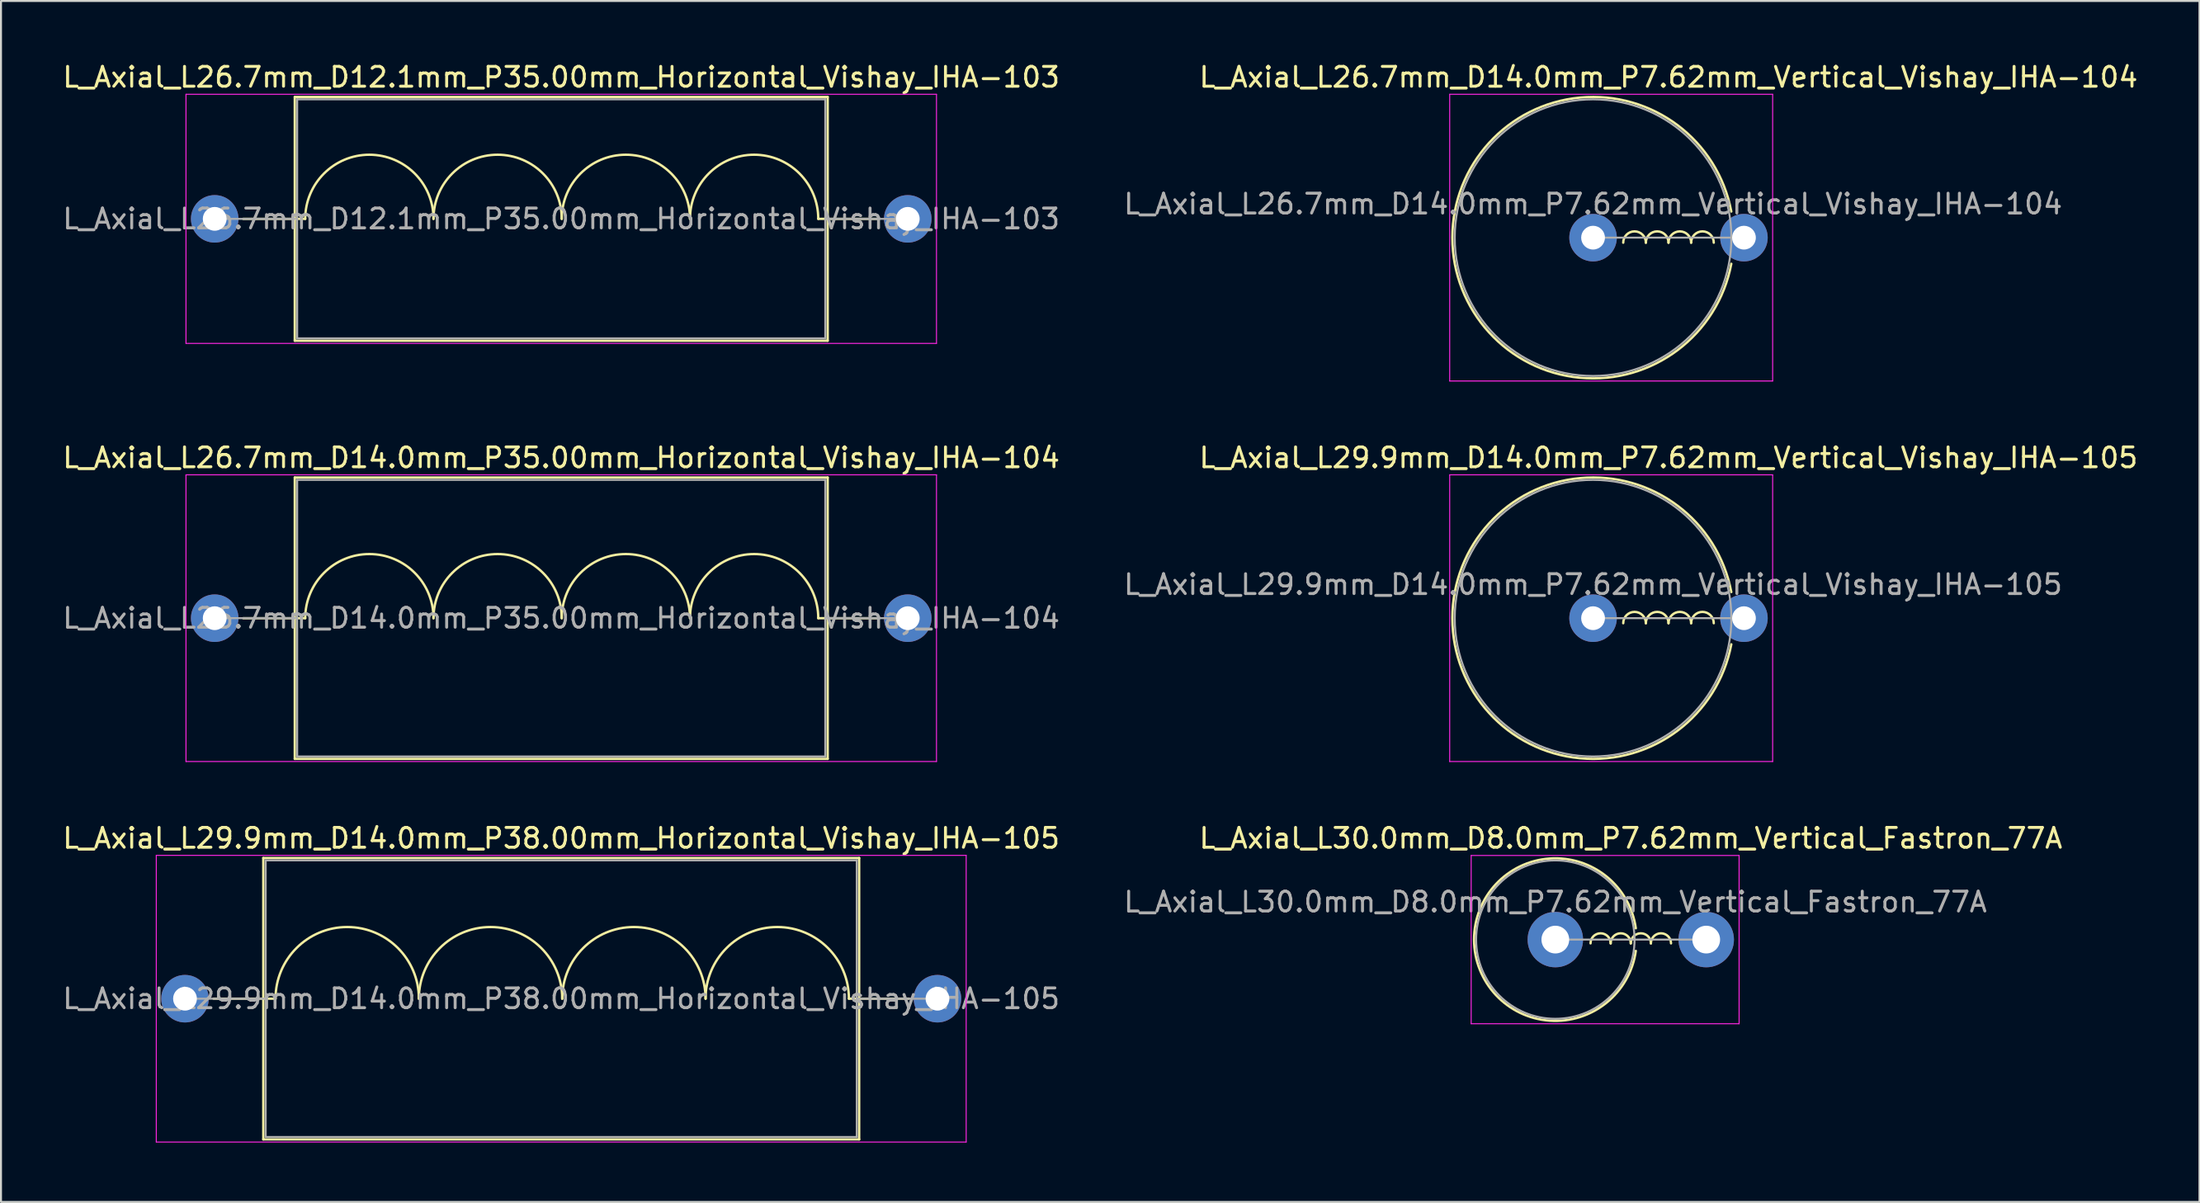
<source format=kicad_pcb>
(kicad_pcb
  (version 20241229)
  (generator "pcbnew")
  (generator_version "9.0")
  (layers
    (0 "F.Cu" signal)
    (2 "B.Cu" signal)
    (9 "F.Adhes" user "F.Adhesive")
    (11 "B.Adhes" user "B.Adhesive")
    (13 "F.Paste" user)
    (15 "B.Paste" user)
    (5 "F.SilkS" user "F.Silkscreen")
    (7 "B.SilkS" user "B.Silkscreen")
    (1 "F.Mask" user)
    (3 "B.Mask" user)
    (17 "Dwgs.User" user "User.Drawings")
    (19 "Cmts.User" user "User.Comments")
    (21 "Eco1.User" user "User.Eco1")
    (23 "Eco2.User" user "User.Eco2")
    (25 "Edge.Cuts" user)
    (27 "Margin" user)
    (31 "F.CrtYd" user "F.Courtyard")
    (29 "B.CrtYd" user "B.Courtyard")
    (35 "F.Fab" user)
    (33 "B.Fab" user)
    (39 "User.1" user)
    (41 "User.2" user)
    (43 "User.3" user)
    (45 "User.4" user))
  (footprint "L_Axial_L30.0mm_D8.0mm_P7.62mm_Vertical_Fastron_77A"
    (layer "F.Cu")
    (at 75.494 44.405)
    (property "Reference" "L_Axial_L30.0mm_D8.0mm_P7.62mm_Vertical_Fastron_77A" (at 3.81 -5.12 0) (layer "F.SilkS") (effects (font (size 1 1) (thickness 0.15))))
    (attr through_hole)
    (fp_arc (start 1.778 0.1905) (mid 2.286 -0.3175) (end 2.794 0.1905) (stroke (width 0.12) (type solid)) (layer "F.SilkS"))
    (fp_arc (start 2.794 0.1905) (mid 3.302 -0.3175) (end 3.81 0.1905) (stroke (width 0.12) (type solid)) (layer "F.SilkS"))
    (fp_arc (start 3.81 0.1905) (mid 4.318 -0.3175) (end 4.826 0.1905) (stroke (width 0.12) (type solid)) (layer "F.SilkS"))
    (fp_arc (start 4.064 0.5715) (mid -4.103987 0) (end 4.064 -0.5715) (stroke (width 0.12) (type solid)) (layer "F.SilkS"))
    (fp_arc (start 4.826 0.1905) (mid 5.334 -0.3175) (end 5.842 0.1905) (stroke (width 0.12) (type solid)) (layer "F.SilkS"))
    (fp_line (start -4.25 -4.25) (end -4.25 4.25) (stroke (width 0.05) (type solid)) (layer "F.CrtYd"))
    (fp_line (start -4.25 4.25) (end 9.28 4.25) (stroke (width 0.05) (type solid)) (layer "F.CrtYd"))
    (fp_line (start 9.28 -4.25) (end -4.25 -4.25) (stroke (width 0.05) (type solid)) (layer "F.CrtYd"))
    (fp_line (start 9.28 4.25) (end 9.28 -4.25) (stroke (width 0.05) (type solid)) (layer "F.CrtYd"))
    (fp_line (start 0 0) (end 7.62 0) (stroke (width 0.1) (type solid)) (layer "F.Fab"))
    (fp_circle (center 0 0) (end 4 0) (stroke (width 0.1) (type solid)) (fill no) (layer "F.Fab"))
    (fp_text user "${REFERENCE}" (at 0 -1.9 0) (layer "F.Fab") (effects (font (size 1 1) (thickness 0.15))))
    (pad "1" thru_hole circle (at 0 0) (size 2.8 2.8) (drill 1.4) (layers "*.Cu" "*.Mask"))
    (pad "2" thru_hole oval (at 7.62 0) (size 2.8 2.8) (drill 1.4) (layers "*.Cu" "*.Mask")))
  (footprint "L_Axial_L29.9mm_D14.0mm_P7.62mm_Vertical_Vishay_IHA-105"
    (layer "F.Cu")
    (at 77.399 28.172)
    (property "Reference" "L_Axial_L29.9mm_D14.0mm_P7.62mm_Vertical_Vishay_IHA-105" (at 3.81 -8.105 0) (layer "F.SilkS") (effects (font (size 1 1) (thickness 0.15))))
    (attr through_hole)
    (fp_arc (start 1.524 0.254) (mid 2.0955 -0.3175) (end 2.667 0.254) (stroke (width 0.12) (type solid)) (layer "F.SilkS"))
    (fp_arc (start 2.667 0.254) (mid 3.2385 -0.3175) (end 3.81 0.254) (stroke (width 0.12) (type solid)) (layer "F.SilkS"))
    (fp_arc (start 3.81 0.254) (mid 4.3815 -0.3175) (end 4.953 0.254) (stroke (width 0.12) (type solid)) (layer "F.SilkS"))
    (fp_arc (start 4.953 0.254) (mid 5.5245 -0.3175) (end 6.096 0.254) (stroke (width 0.12) (type solid)) (layer "F.SilkS"))
    (fp_arc (start 6.981305 1.32) (mid -7.105 0) (end 6.981305 -1.32) (stroke (width 0.12) (type solid)) (layer "F.SilkS"))
    (fp_line (start -7.24 -7.24) (end -7.24 7.24) (stroke (width 0.05) (type solid)) (layer "F.CrtYd"))
    (fp_line (start -7.24 7.24) (end 9.07 7.24) (stroke (width 0.05) (type solid)) (layer "F.CrtYd"))
    (fp_line (start 9.07 -7.24) (end -7.24 -7.24) (stroke (width 0.05) (type solid)) (layer "F.CrtYd"))
    (fp_line (start 9.07 7.24) (end 9.07 -7.24) (stroke (width 0.05) (type solid)) (layer "F.CrtYd"))
    (fp_line (start 0 0) (end 7.62 0) (stroke (width 0.1) (type solid)) (layer "F.Fab"))
    (fp_circle (center 0 0) (end 6.985 0) (stroke (width 0.1) (type solid)) (fill no) (layer "F.Fab"))
    (fp_text user "${REFERENCE}" (at 0 -1.7 0) (layer "F.Fab") (effects (font (size 1 1) (thickness 0.15))))
    (pad "1" thru_hole circle (at 0 0) (size 2.4 2.4) (drill 1.2) (layers "*.Cu" "*.Mask"))
    (pad "2" thru_hole oval (at 7.62 0) (size 2.4 2.4) (drill 1.2) (layers "*.Cu" "*.Mask")))
  (footprint "L_Axial_L26.7mm_D14.0mm_P7.62mm_Vertical_Vishay_IHA-104"
    (layer "F.Cu")
    (at 77.399 8.953)
    (property "Reference" "L_Axial_L26.7mm_D14.0mm_P7.62mm_Vertical_Vishay_IHA-104" (at 3.81 -8.105 0) (layer "F.SilkS") (effects (font (size 1 1) (thickness 0.15))))
    (attr through_hole)
    (fp_arc (start 1.524 0.254) (mid 2.0955 -0.3175) (end 2.667 0.254) (stroke (width 0.12) (type solid)) (layer "F.SilkS"))
    (fp_arc (start 2.667 0.254) (mid 3.2385 -0.3175) (end 3.81 0.254) (stroke (width 0.12) (type solid)) (layer "F.SilkS"))
    (fp_arc (start 3.81 0.254) (mid 4.3815 -0.3175) (end 4.953 0.254) (stroke (width 0.12) (type solid)) (layer "F.SilkS"))
    (fp_arc (start 4.953 0.254) (mid 5.5245 -0.3175) (end 6.096 0.254) (stroke (width 0.12) (type solid)) (layer "F.SilkS"))
    (fp_arc (start 6.981305 1.32) (mid -7.105 0) (end 6.981305 -1.32) (stroke (width 0.12) (type solid)) (layer "F.SilkS"))
    (fp_line (start -7.24 -7.24) (end -7.24 7.24) (stroke (width 0.05) (type solid)) (layer "F.CrtYd"))
    (fp_line (start -7.24 7.24) (end 9.07 7.24) (stroke (width 0.05) (type solid)) (layer "F.CrtYd"))
    (fp_line (start 9.07 -7.24) (end -7.24 -7.24) (stroke (width 0.05) (type solid)) (layer "F.CrtYd"))
    (fp_line (start 9.07 7.24) (end 9.07 -7.24) (stroke (width 0.05) (type solid)) (layer "F.CrtYd"))
    (fp_line (start 0 0) (end 7.62 0) (stroke (width 0.1) (type solid)) (layer "F.Fab"))
    (fp_circle (center 0 0) (end 6.985 0) (stroke (width 0.1) (type solid)) (fill no) (layer "F.Fab"))
    (fp_text user "${REFERENCE}" (at 0 -1.7 0) (layer "F.Fab") (effects (font (size 1 1) (thickness 0.15))))
    (pad "1" thru_hole circle (at 0 0) (size 2.4 2.4) (drill 1.2) (layers "*.Cu" "*.Mask"))
    (pad "2" thru_hole oval (at 7.62 0) (size 2.4 2.4) (drill 1.2) (layers "*.Cu" "*.Mask")))
  (footprint "L_Axial_L26.7mm_D12.1mm_P35.00mm_Horizontal_Vishay_IHA-103"
    (layer "F.Cu")
    (at 7.792 8.003)
    (property "Reference" "L_Axial_L26.7mm_D12.1mm_P35.00mm_Horizontal_Vishay_IHA-103" (at 17.5 -7.155 0) (layer "F.SilkS") (effects (font (size 1 1) (thickness 0.15))))
    (attr through_hole)
    (fp_line (start 1.44 0) (end 4.045 0) (stroke (width 0.12) (type solid)) (layer "F.SilkS"))
    (fp_line (start 4.045 -6.155) (end 4.045 6.155) (stroke (width 0.12) (type solid)) (layer "F.SilkS"))
    (fp_line (start 4.045 6.155) (end 30.955 6.155) (stroke (width 0.12) (type solid)) (layer "F.SilkS"))
    (fp_line (start 4.572 0) (end 4.045 0) (stroke (width 0.12) (type solid)) (layer "F.SilkS"))
    (fp_line (start 30.48 0) (end 30.988 0) (stroke (width 0.12) (type solid)) (layer "F.SilkS"))
    (fp_line (start 30.955 -6.155) (end 4.045 -6.155) (stroke (width 0.12) (type solid)) (layer "F.SilkS"))
    (fp_line (start 30.955 6.155) (end 30.955 -6.155) (stroke (width 0.12) (type solid)) (layer "F.SilkS"))
    (fp_line (start 33.56 0) (end 30.955 0) (stroke (width 0.12) (type solid)) (layer "F.SilkS"))
    (fp_arc (start 4.572 0) (mid 7.8105 -3.2385) (end 11.049 0) (stroke (width 0.12) (type solid)) (layer "F.SilkS"))
    (fp_arc (start 11.049 0) (mid 14.2875 -3.2385) (end 17.526 0) (stroke (width 0.12) (type solid)) (layer "F.SilkS"))
    (fp_arc (start 17.526 0) (mid 20.7645 -3.2385) (end 24.003 0) (stroke (width 0.12) (type solid)) (layer "F.SilkS"))
    (fp_arc (start 24.003 0) (mid 27.2415 -3.2385) (end 30.48 0) (stroke (width 0.12) (type solid)) (layer "F.SilkS"))
    (fp_line (start -1.45 -6.29) (end -1.45 6.29) (stroke (width 0.05) (type solid)) (layer "F.CrtYd"))
    (fp_line (start -1.45 6.29) (end 36.45 6.29) (stroke (width 0.05) (type solid)) (layer "F.CrtYd"))
    (fp_line (start 36.45 -6.29) (end -1.45 -6.29) (stroke (width 0.05) (type solid)) (layer "F.CrtYd"))
    (fp_line (start 36.45 6.29) (end 36.45 -6.29) (stroke (width 0.05) (type solid)) (layer "F.CrtYd"))
    (fp_line (start 0 0) (end 4.165 0) (stroke (width 0.1) (type solid)) (layer "F.Fab"))
    (fp_line (start 4.165 -6.035) (end 4.165 6.035) (stroke (width 0.1) (type solid)) (layer "F.Fab"))
    (fp_line (start 4.165 6.035) (end 30.835 6.035) (stroke (width 0.1) (type solid)) (layer "F.Fab"))
    (fp_line (start 30.835 -6.035) (end 4.165 -6.035) (stroke (width 0.1) (type solid)) (layer "F.Fab"))
    (fp_line (start 30.835 6.035) (end 30.835 -6.035) (stroke (width 0.1) (type solid)) (layer "F.Fab"))
    (fp_line (start 35 0) (end 30.835 0) (stroke (width 0.1) (type solid)) (layer "F.Fab"))
    (fp_text user "${REFERENCE}" (at 17.5 0 0) (layer "F.Fab") (effects (font (size 1 1) (thickness 0.15))))
    (pad "1" thru_hole circle (at 0 0) (size 2.4 2.4) (drill 1.2) (layers "*.Cu" "*.Mask"))
    (pad "2" thru_hole oval (at 35 0) (size 2.4 2.4) (drill 1.2) (layers "*.Cu" "*.Mask")))
  (footprint "L_Axial_L29.9mm_D14.0mm_P38.00mm_Horizontal_Vishay_IHA-105"
    (layer "F.Cu")
    (at 6.292 47.39)
    (property "Reference" "L_Axial_L29.9mm_D14.0mm_P38.00mm_Horizontal_Vishay_IHA-105" (at 19 -8.105 0) (layer "F.SilkS") (effects (font (size 1 1) (thickness 0.15))))
    (attr through_hole)
    (fp_line (start 1.44 0) (end 3.955 0) (stroke (width 0.12) (type solid)) (layer "F.SilkS"))
    (fp_line (start 3.955 -7.105) (end 3.955 7.105) (stroke (width 0.12) (type solid)) (layer "F.SilkS"))
    (fp_line (start 3.955 7.105) (end 34.045 7.105) (stroke (width 0.12) (type solid)) (layer "F.SilkS"))
    (fp_line (start 4.572 0) (end 3.955 0) (stroke (width 0.12) (type solid)) (layer "F.SilkS"))
    (fp_line (start 33.528 0) (end 34.036 0) (stroke (width 0.12) (type solid)) (layer "F.SilkS"))
    (fp_line (start 34.045 -7.105) (end 3.955 -7.105) (stroke (width 0.12) (type solid)) (layer "F.SilkS"))
    (fp_line (start 34.045 7.105) (end 34.045 -7.105) (stroke (width 0.12) (type solid)) (layer "F.SilkS"))
    (fp_line (start 36.56 0) (end 34.045 0) (stroke (width 0.12) (type solid)) (layer "F.SilkS"))
    (fp_arc (start 4.572 0) (mid 8.1915 -3.6195) (end 11.811 0) (stroke (width 0.12) (type solid)) (layer "F.SilkS"))
    (fp_arc (start 11.811 0) (mid 15.4305 -3.6195) (end 19.05 0) (stroke (width 0.12) (type solid)) (layer "F.SilkS"))
    (fp_arc (start 19.05 0) (mid 22.6695 -3.6195) (end 26.289 0) (stroke (width 0.12) (type solid)) (layer "F.SilkS"))
    (fp_arc (start 26.289 0) (mid 29.9085 -3.6195) (end 33.528 0) (stroke (width 0.12) (type solid)) (layer "F.SilkS"))
    (fp_line (start -1.45 -7.24) (end -1.45 7.24) (stroke (width 0.05) (type solid)) (layer "F.CrtYd"))
    (fp_line (start -1.45 7.24) (end 39.45 7.24) (stroke (width 0.05) (type solid)) (layer "F.CrtYd"))
    (fp_line (start 39.45 -7.24) (end -1.45 -7.24) (stroke (width 0.05) (type solid)) (layer "F.CrtYd"))
    (fp_line (start 39.45 7.24) (end 39.45 -7.24) (stroke (width 0.05) (type solid)) (layer "F.CrtYd"))
    (fp_line (start 0 0) (end 4.075 0) (stroke (width 0.1) (type solid)) (layer "F.Fab"))
    (fp_line (start 4.075 -6.985) (end 4.075 6.985) (stroke (width 0.1) (type solid)) (layer "F.Fab"))
    (fp_line (start 4.075 6.985) (end 33.925 6.985) (stroke (width 0.1) (type solid)) (layer "F.Fab"))
    (fp_line (start 33.925 -6.985) (end 4.075 -6.985) (stroke (width 0.1) (type solid)) (layer "F.Fab"))
    (fp_line (start 33.925 6.985) (end 33.925 -6.985) (stroke (width 0.1) (type solid)) (layer "F.Fab"))
    (fp_line (start 38 0) (end 33.925 0) (stroke (width 0.1) (type solid)) (layer "F.Fab"))
    (fp_text user "${REFERENCE}" (at 19 0 0) (layer "F.Fab") (effects (font (size 1 1) (thickness 0.15))))
    (pad "1" thru_hole circle (at 0 0) (size 2.4 2.4) (drill 1.2) (layers "*.Cu" "*.Mask"))
    (pad "2" thru_hole oval (at 38 0) (size 2.4 2.4) (drill 1.2) (layers "*.Cu" "*.Mask")))
  (footprint "L_Axial_L26.7mm_D14.0mm_P35.00mm_Horizontal_Vishay_IHA-104"
    (layer "F.Cu")
    (at 7.792 28.172)
    (property "Reference" "L_Axial_L26.7mm_D14.0mm_P35.00mm_Horizontal_Vishay_IHA-104" (at 17.5 -8.105 0) (layer "F.SilkS") (effects (font (size 1 1) (thickness 0.15))))
    (attr through_hole)
    (fp_line (start 1.44 0) (end 4.045 0) (stroke (width 0.12) (type solid)) (layer "F.SilkS"))
    (fp_line (start 4.045 -7.105) (end 4.045 7.105) (stroke (width 0.12) (type solid)) (layer "F.SilkS"))
    (fp_line (start 4.045 7.105) (end 30.955 7.105) (stroke (width 0.12) (type solid)) (layer "F.SilkS"))
    (fp_line (start 4.572 0) (end 4.045 0) (stroke (width 0.12) (type solid)) (layer "F.SilkS"))
    (fp_line (start 30.48 0) (end 30.988 0) (stroke (width 0.12) (type solid)) (layer "F.SilkS"))
    (fp_line (start 30.955 -7.105) (end 4.045 -7.105) (stroke (width 0.12) (type solid)) (layer "F.SilkS"))
    (fp_line (start 30.955 7.105) (end 30.955 -7.105) (stroke (width 0.12) (type solid)) (layer "F.SilkS"))
    (fp_line (start 33.56 0) (end 30.955 0) (stroke (width 0.12) (type solid)) (layer "F.SilkS"))
    (fp_arc (start 4.572 0) (mid 7.8105 -3.2385) (end 11.049 0) (stroke (width 0.12) (type solid)) (layer "F.SilkS"))
    (fp_arc (start 11.049 0) (mid 14.2875 -3.2385) (end 17.526 0) (stroke (width 0.12) (type solid)) (layer "F.SilkS"))
    (fp_arc (start 17.526 0) (mid 20.7645 -3.2385) (end 24.003 0) (stroke (width 0.12) (type solid)) (layer "F.SilkS"))
    (fp_arc (start 24.003 0) (mid 27.2415 -3.2385) (end 30.48 0) (stroke (width 0.12) (type solid)) (layer "F.SilkS"))
    (fp_line (start -1.45 -7.24) (end -1.45 7.24) (stroke (width 0.05) (type solid)) (layer "F.CrtYd"))
    (fp_line (start -1.45 7.24) (end 36.45 7.24) (stroke (width 0.05) (type solid)) (layer "F.CrtYd"))
    (fp_line (start 36.45 -7.24) (end -1.45 -7.24) (stroke (width 0.05) (type solid)) (layer "F.CrtYd"))
    (fp_line (start 36.45 7.24) (end 36.45 -7.24) (stroke (width 0.05) (type solid)) (layer "F.CrtYd"))
    (fp_line (start 0 0) (end 4.165 0) (stroke (width 0.1) (type solid)) (layer "F.Fab"))
    (fp_line (start 4.165 -6.985) (end 4.165 6.985) (stroke (width 0.1) (type solid)) (layer "F.Fab"))
    (fp_line (start 4.165 6.985) (end 30.835 6.985) (stroke (width 0.1) (type solid)) (layer "F.Fab"))
    (fp_line (start 30.835 -6.985) (end 4.165 -6.985) (stroke (width 0.1) (type solid)) (layer "F.Fab"))
    (fp_line (start 30.835 6.985) (end 30.835 -6.985) (stroke (width 0.1) (type solid)) (layer "F.Fab"))
    (fp_line (start 35 0) (end 30.835 0) (stroke (width 0.1) (type solid)) (layer "F.Fab"))
    (fp_text user "${REFERENCE}" (at 17.5 0 0) (layer "F.Fab") (effects (font (size 1 1) (thickness 0.15))))
    (pad "1" thru_hole circle (at 0 0) (size 2.4 2.4) (drill 1.2) (layers "*.Cu" "*.Mask"))
    (pad "2" thru_hole oval (at 35 0) (size 2.4 2.4) (drill 1.2) (layers "*.Cu" "*.Mask")))
  (gr_rect
    (start -3 -3)
    (end 108.024 57.655)
    (stroke (width 0.1) (type default))
    (fill no)
    (layer "Edge.Cuts")))
</source>
